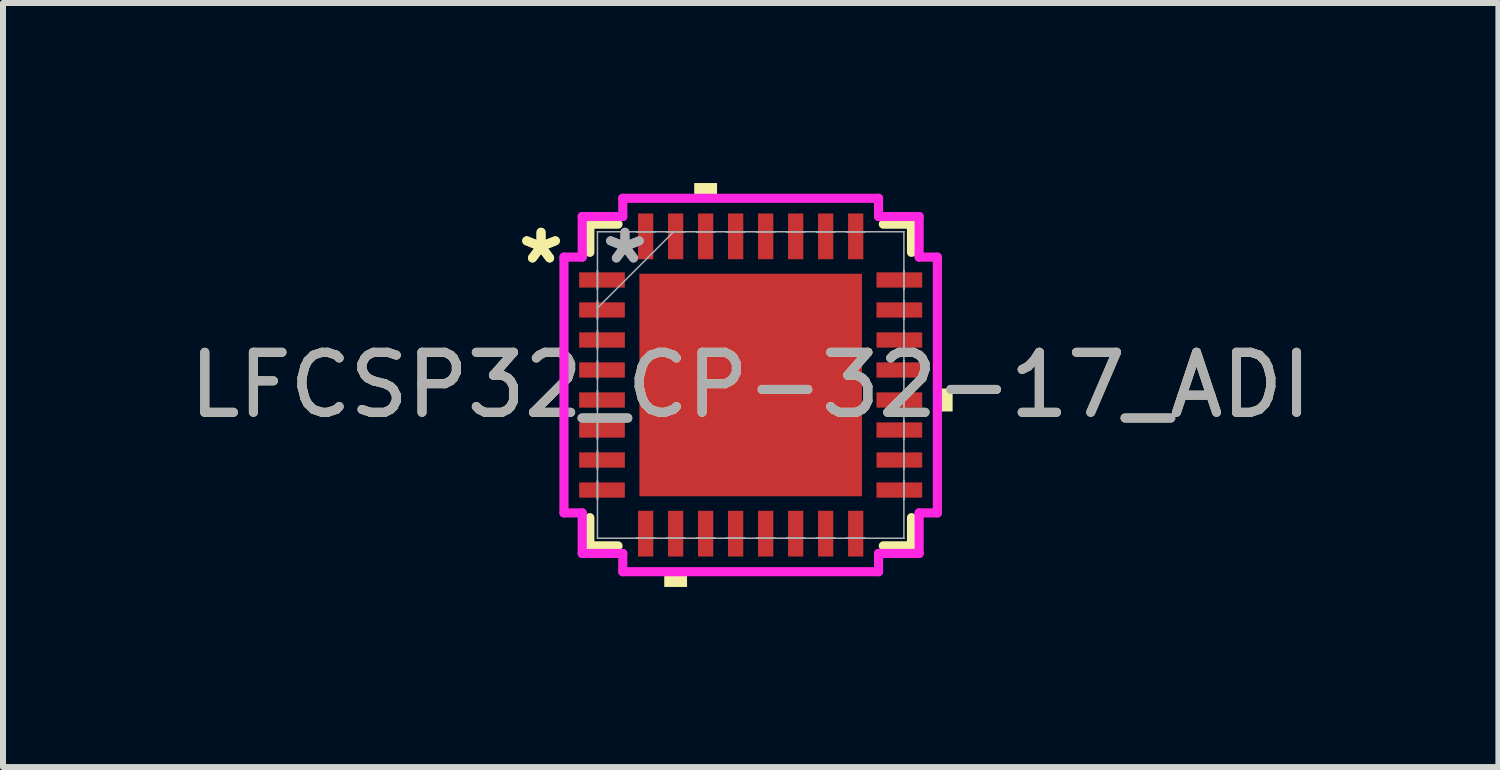
<source format=kicad_pcb>
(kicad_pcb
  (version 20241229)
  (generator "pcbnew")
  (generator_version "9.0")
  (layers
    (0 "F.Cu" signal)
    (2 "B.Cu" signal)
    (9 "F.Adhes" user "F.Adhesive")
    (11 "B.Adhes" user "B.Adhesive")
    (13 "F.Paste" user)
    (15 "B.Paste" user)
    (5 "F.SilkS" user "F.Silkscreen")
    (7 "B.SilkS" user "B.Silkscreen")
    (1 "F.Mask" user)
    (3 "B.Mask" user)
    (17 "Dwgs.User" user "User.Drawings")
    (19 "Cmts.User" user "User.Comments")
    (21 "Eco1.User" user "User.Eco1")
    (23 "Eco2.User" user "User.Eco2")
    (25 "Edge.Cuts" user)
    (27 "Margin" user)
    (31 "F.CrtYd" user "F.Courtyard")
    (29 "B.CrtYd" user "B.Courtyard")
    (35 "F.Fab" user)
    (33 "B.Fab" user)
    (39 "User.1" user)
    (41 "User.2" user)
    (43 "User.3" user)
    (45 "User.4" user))
  (footprint "LFCSP32_CP-32-17_ADI"
    (layer "F.Cu")
    (at 9.458 3.365)
    (property "Reference" "LFCSP32_CP-32-17_ADI" (at 0 0 0) (unlocked yes) (layer "F.SilkS") (effects (font (size 1 1) (thickness 0.15))))
    (attr smd)
    (fp_line (start -2.68 -2.68) (end -2.68 -2.21) (stroke (width 0.152) (type solid)) (layer "F.SilkS"))
    (fp_line (start -2.68 2.21) (end -2.68 2.68) (stroke (width 0.152) (type solid)) (layer "F.SilkS"))
    (fp_line (start -2.68 2.68) (end -2.21 2.68) (stroke (width 0.152) (type solid)) (layer "F.SilkS"))
    (fp_line (start -2.21 -2.68) (end -2.68 -2.68) (stroke (width 0.152) (type solid)) (layer "F.SilkS"))
    (fp_line (start 2.21 2.68) (end 2.68 2.68) (stroke (width 0.152) (type solid)) (layer "F.SilkS"))
    (fp_line (start 2.68 -2.68) (end 2.21 -2.68) (stroke (width 0.152) (type solid)) (layer "F.SilkS"))
    (fp_line (start 2.68 -2.21) (end 2.68 -2.68) (stroke (width 0.152) (type solid)) (layer "F.SilkS"))
    (fp_line (start 2.68 2.68) (end 2.68 2.21) (stroke (width 0.152) (type solid)) (layer "F.SilkS"))
    (fp_poly (pts (xy -1.44 3.111) (xy -1.44 3.365) (xy -1.06 3.365) (xy -1.06 3.111)) (stroke (width 0) (type solid)) (fill yes) (layer "F.SilkS"))
    (fp_poly (pts (xy -0.941 -3.111) (xy -0.941 -3.365) (xy -0.56 -3.365) (xy -0.56 -3.111)) (stroke (width 0) (type solid)) (fill yes) (layer "F.SilkS"))
    (fp_poly (pts (xy 3.365 0.059) (xy 3.365 0.441) (xy 3.111 0.441) (xy 3.111 0.059)) (stroke (width 0) (type solid)) (fill yes) (layer "F.SilkS"))
    (fp_poly (pts (xy -1.754 -1.754) (xy -1.754 -0.1) (xy -0.1 -0.1) (xy -0.1 -1.754)) (stroke (width 0) (type solid)) (fill yes) (layer "F.Paste"))
    (fp_poly (pts (xy -1.754 0.1) (xy -1.754 1.754) (xy -0.1 1.754) (xy -0.1 0.1)) (stroke (width 0) (type solid)) (fill yes) (layer "F.Paste"))
    (fp_poly (pts (xy 0.1 -1.754) (xy 0.1 -0.1) (xy 1.754 -0.1) (xy 1.754 -1.754)) (stroke (width 0) (type solid)) (fill yes) (layer "F.Paste"))
    (fp_poly (pts (xy 0.1 0.1) (xy 0.1 1.754) (xy 1.754 1.754) (xy 1.754 0.1)) (stroke (width 0) (type solid)) (fill yes) (layer "F.Paste"))
    (fp_line (start -3.111 -2.131) (end -2.807 -2.131) (stroke (width 0.152) (type solid)) (layer "F.CrtYd"))
    (fp_line (start -3.111 2.131) (end -3.111 -2.131) (stroke (width 0.152) (type solid)) (layer "F.CrtYd"))
    (fp_line (start -2.807 -2.807) (end -2.131 -2.807) (stroke (width 0.152) (type solid)) (layer "F.CrtYd"))
    (fp_line (start -2.807 -2.131) (end -2.807 -2.807) (stroke (width 0.152) (type solid)) (layer "F.CrtYd"))
    (fp_line (start -2.807 2.131) (end -3.111 2.131) (stroke (width 0.152) (type solid)) (layer "F.CrtYd"))
    (fp_line (start -2.807 2.807) (end -2.807 2.131) (stroke (width 0.152) (type solid)) (layer "F.CrtYd"))
    (fp_line (start -2.131 -3.111) (end 2.131 -3.111) (stroke (width 0.152) (type solid)) (layer "F.CrtYd"))
    (fp_line (start -2.131 -2.807) (end -2.131 -3.111) (stroke (width 0.152) (type solid)) (layer "F.CrtYd"))
    (fp_line (start -2.131 2.807) (end -2.807 2.807) (stroke (width 0.152) (type solid)) (layer "F.CrtYd"))
    (fp_line (start -2.131 3.111) (end -2.131 2.807) (stroke (width 0.152) (type solid)) (layer "F.CrtYd"))
    (fp_line (start 2.131 -3.111) (end 2.131 -2.807) (stroke (width 0.152) (type solid)) (layer "F.CrtYd"))
    (fp_line (start 2.131 -2.807) (end 2.807 -2.807) (stroke (width 0.152) (type solid)) (layer "F.CrtYd"))
    (fp_line (start 2.131 2.807) (end 2.131 3.111) (stroke (width 0.152) (type solid)) (layer "F.CrtYd"))
    (fp_line (start 2.131 3.111) (end -2.131 3.111) (stroke (width 0.152) (type solid)) (layer "F.CrtYd"))
    (fp_line (start 2.807 -2.807) (end 2.807 -2.131) (stroke (width 0.152) (type solid)) (layer "F.CrtYd"))
    (fp_line (start 2.807 -2.131) (end 3.111 -2.131) (stroke (width 0.152) (type solid)) (layer "F.CrtYd"))
    (fp_line (start 2.807 2.131) (end 2.807 2.807) (stroke (width 0.152) (type solid)) (layer "F.CrtYd"))
    (fp_line (start 2.807 2.807) (end 2.131 2.807) (stroke (width 0.152) (type solid)) (layer "F.CrtYd"))
    (fp_line (start 3.111 -2.131) (end 3.111 2.131) (stroke (width 0.152) (type solid)) (layer "F.CrtYd"))
    (fp_line (start 3.111 2.131) (end 2.807 2.131) (stroke (width 0.152) (type solid)) (layer "F.CrtYd"))
    (fp_line (start -2.553 -2.553) (end -2.553 -2.553) (stroke (width 0.025) (type solid)) (layer "F.Fab"))
    (fp_line (start -2.553 -2.553) (end -2.553 2.553) (stroke (width 0.025) (type solid)) (layer "F.Fab"))
    (fp_line (start -2.553 -1.902) (end -2.553 -1.902) (stroke (width 0.025) (type solid)) (layer "F.Fab"))
    (fp_line (start -2.553 -1.902) (end -2.553 -1.598) (stroke (width 0.025) (type solid)) (layer "F.Fab"))
    (fp_line (start -2.553 -1.598) (end -2.553 -1.902) (stroke (width 0.025) (type solid)) (layer "F.Fab"))
    (fp_line (start -2.553 -1.598) (end -2.553 -1.598) (stroke (width 0.025) (type solid)) (layer "F.Fab"))
    (fp_line (start -2.553 -1.402) (end -2.553 -1.402) (stroke (width 0.025) (type solid)) (layer "F.Fab"))
    (fp_line (start -2.553 -1.402) (end -2.553 -1.098) (stroke (width 0.025) (type solid)) (layer "F.Fab"))
    (fp_line (start -2.553 -1.283) (end -1.283 -2.553) (stroke (width 0.025) (type solid)) (layer "F.Fab"))
    (fp_line (start -2.553 -1.098) (end -2.553 -1.402) (stroke (width 0.025) (type solid)) (layer "F.Fab"))
    (fp_line (start -2.553 -1.098) (end -2.553 -1.098) (stroke (width 0.025) (type solid)) (layer "F.Fab"))
    (fp_line (start -2.553 -0.902) (end -2.553 -0.902) (stroke (width 0.025) (type solid)) (layer "F.Fab"))
    (fp_line (start -2.553 -0.902) (end -2.553 -0.598) (stroke (width 0.025) (type solid)) (layer "F.Fab"))
    (fp_line (start -2.553 -0.598) (end -2.553 -0.902) (stroke (width 0.025) (type solid)) (layer "F.Fab"))
    (fp_line (start -2.553 -0.598) (end -2.553 -0.598) (stroke (width 0.025) (type solid)) (layer "F.Fab"))
    (fp_line (start -2.553 -0.402) (end -2.553 -0.402) (stroke (width 0.025) (type solid)) (layer "F.Fab"))
    (fp_line (start -2.553 -0.402) (end -2.553 -0.098) (stroke (width 0.025) (type solid)) (layer "F.Fab"))
    (fp_line (start -2.553 -0.098) (end -2.553 -0.402) (stroke (width 0.025) (type solid)) (layer "F.Fab"))
    (fp_line (start -2.553 -0.098) (end -2.553 -0.098) (stroke (width 0.025) (type solid)) (layer "F.Fab"))
    (fp_line (start -2.553 0.098) (end -2.553 0.098) (stroke (width 0.025) (type solid)) (layer "F.Fab"))
    (fp_line (start -2.553 0.098) (end -2.553 0.402) (stroke (width 0.025) (type solid)) (layer "F.Fab"))
    (fp_line (start -2.553 0.402) (end -2.553 0.098) (stroke (width 0.025) (type solid)) (layer "F.Fab"))
    (fp_line (start -2.553 0.402) (end -2.553 0.402) (stroke (width 0.025) (type solid)) (layer "F.Fab"))
    (fp_line (start -2.553 0.598) (end -2.553 0.598) (stroke (width 0.025) (type solid)) (layer "F.Fab"))
    (fp_line (start -2.553 0.598) (end -2.553 0.902) (stroke (width 0.025) (type solid)) (layer "F.Fab"))
    (fp_line (start -2.553 0.902) (end -2.553 0.598) (stroke (width 0.025) (type solid)) (layer "F.Fab"))
    (fp_line (start -2.553 0.902) (end -2.553 0.902) (stroke (width 0.025) (type solid)) (layer "F.Fab"))
    (fp_line (start -2.553 1.098) (end -2.553 1.098) (stroke (width 0.025) (type solid)) (layer "F.Fab"))
    (fp_line (start -2.553 1.098) (end -2.553 1.402) (stroke (width 0.025) (type solid)) (layer "F.Fab"))
    (fp_line (start -2.553 1.402) (end -2.553 1.098) (stroke (width 0.025) (type solid)) (layer "F.Fab"))
    (fp_line (start -2.553 1.402) (end -2.553 1.402) (stroke (width 0.025) (type solid)) (layer "F.Fab"))
    (fp_line (start -2.553 1.598) (end -2.553 1.598) (stroke (width 0.025) (type solid)) (layer "F.Fab"))
    (fp_line (start -2.553 1.598) (end -2.553 1.902) (stroke (width 0.025) (type solid)) (layer "F.Fab"))
    (fp_line (start -2.553 1.902) (end -2.553 1.598) (stroke (width 0.025) (type solid)) (layer "F.Fab"))
    (fp_line (start -2.553 1.902) (end -2.553 1.902) (stroke (width 0.025) (type solid)) (layer "F.Fab"))
    (fp_line (start -2.553 2.553) (end -2.553 2.553) (stroke (width 0.025) (type solid)) (layer "F.Fab"))
    (fp_line (start -2.553 2.553) (end 2.553 2.553) (stroke (width 0.025) (type solid)) (layer "F.Fab"))
    (fp_line (start -1.902 -2.553) (end -1.902 -2.553) (stroke (width 0.025) (type solid)) (layer "F.Fab"))
    (fp_line (start -1.902 -2.553) (end -1.598 -2.553) (stroke (width 0.025) (type solid)) (layer "F.Fab"))
    (fp_line (start -1.902 2.553) (end -1.902 2.553) (stroke (width 0.025) (type solid)) (layer "F.Fab"))
    (fp_line (start -1.902 2.553) (end -1.598 2.553) (stroke (width 0.025) (type solid)) (layer "F.Fab"))
    (fp_line (start -1.598 -2.553) (end -1.902 -2.553) (stroke (width 0.025) (type solid)) (layer "F.Fab"))
    (fp_line (start -1.598 -2.553) (end -1.598 -2.553) (stroke (width 0.025) (type solid)) (layer "F.Fab"))
    (fp_line (start -1.598 2.553) (end -1.902 2.553) (stroke (width 0.025) (type solid)) (layer "F.Fab"))
    (fp_line (start -1.598 2.553) (end -1.598 2.553) (stroke (width 0.025) (type solid)) (layer "F.Fab"))
    (fp_line (start -1.402 -2.553) (end -1.402 -2.553) (stroke (width 0.025) (type solid)) (layer "F.Fab"))
    (fp_line (start -1.402 -2.553) (end -1.098 -2.553) (stroke (width 0.025) (type solid)) (layer "F.Fab"))
    (fp_line (start -1.402 2.553) (end -1.402 2.553) (stroke (width 0.025) (type solid)) (layer "F.Fab"))
    (fp_line (start -1.402 2.553) (end -1.098 2.553) (stroke (width 0.025) (type solid)) (layer "F.Fab"))
    (fp_line (start -1.098 -2.553) (end -1.402 -2.553) (stroke (width 0.025) (type solid)) (layer "F.Fab"))
    (fp_line (start -1.098 -2.553) (end -1.098 -2.553) (stroke (width 0.025) (type solid)) (layer "F.Fab"))
    (fp_line (start -1.098 2.553) (end -1.402 2.553) (stroke (width 0.025) (type solid)) (layer "F.Fab"))
    (fp_line (start -1.098 2.553) (end -1.098 2.553) (stroke (width 0.025) (type solid)) (layer "F.Fab"))
    (fp_line (start -0.902 -2.553) (end -0.902 -2.553) (stroke (width 0.025) (type solid)) (layer "F.Fab"))
    (fp_line (start -0.902 -2.553) (end -0.598 -2.553) (stroke (width 0.025) (type solid)) (layer "F.Fab"))
    (fp_line (start -0.902 2.553) (end -0.902 2.553) (stroke (width 0.025) (type solid)) (layer "F.Fab"))
    (fp_line (start -0.902 2.553) (end -0.598 2.553) (stroke (width 0.025) (type solid)) (layer "F.Fab"))
    (fp_line (start -0.598 -2.553) (end -0.902 -2.553) (stroke (width 0.025) (type solid)) (layer "F.Fab"))
    (fp_line (start -0.598 -2.553) (end -0.598 -2.553) (stroke (width 0.025) (type solid)) (layer "F.Fab"))
    (fp_line (start -0.598 2.553) (end -0.902 2.553) (stroke (width 0.025) (type solid)) (layer "F.Fab"))
    (fp_line (start -0.598 2.553) (end -0.598 2.553) (stroke (width 0.025) (type solid)) (layer "F.Fab"))
    (fp_line (start -0.402 -2.553) (end -0.402 -2.553) (stroke (width 0.025) (type solid)) (layer "F.Fab"))
    (fp_line (start -0.402 -2.553) (end -0.098 -2.553) (stroke (width 0.025) (type solid)) (layer "F.Fab"))
    (fp_line (start -0.402 2.553) (end -0.402 2.553) (stroke (width 0.025) (type solid)) (layer "F.Fab"))
    (fp_line (start -0.402 2.553) (end -0.098 2.553) (stroke (width 0.025) (type solid)) (layer "F.Fab"))
    (fp_line (start -0.098 -2.553) (end -0.402 -2.553) (stroke (width 0.025) (type solid)) (layer "F.Fab"))
    (fp_line (start -0.098 -2.553) (end -0.098 -2.553) (stroke (width 0.025) (type solid)) (layer "F.Fab"))
    (fp_line (start -0.098 2.553) (end -0.402 2.553) (stroke (width 0.025) (type solid)) (layer "F.Fab"))
    (fp_line (start -0.098 2.553) (end -0.098 2.553) (stroke (width 0.025) (type solid)) (layer "F.Fab"))
    (fp_line (start 0.098 -2.553) (end 0.098 -2.553) (stroke (width 0.025) (type solid)) (layer "F.Fab"))
    (fp_line (start 0.098 -2.553) (end 0.402 -2.553) (stroke (width 0.025) (type solid)) (layer "F.Fab"))
    (fp_line (start 0.098 2.553) (end 0.098 2.553) (stroke (width 0.025) (type solid)) (layer "F.Fab"))
    (fp_line (start 0.098 2.553) (end 0.402 2.553) (stroke (width 0.025) (type solid)) (layer "F.Fab"))
    (fp_line (start 0.402 -2.553) (end 0.098 -2.553) (stroke (width 0.025) (type solid)) (layer "F.Fab"))
    (fp_line (start 0.402 -2.553) (end 0.402 -2.553) (stroke (width 0.025) (type solid)) (layer "F.Fab"))
    (fp_line (start 0.402 2.553) (end 0.098 2.553) (stroke (width 0.025) (type solid)) (layer "F.Fab"))
    (fp_line (start 0.402 2.553) (end 0.402 2.553) (stroke (width 0.025) (type solid)) (layer "F.Fab"))
    (fp_line (start 0.598 -2.553) (end 0.598 -2.553) (stroke (width 0.025) (type solid)) (layer "F.Fab"))
    (fp_line (start 0.598 -2.553) (end 0.902 -2.553) (stroke (width 0.025) (type solid)) (layer "F.Fab"))
    (fp_line (start 0.598 2.553) (end 0.598 2.553) (stroke (width 0.025) (type solid)) (layer "F.Fab"))
    (fp_line (start 0.598 2.553) (end 0.902 2.553) (stroke (width 0.025) (type solid)) (layer "F.Fab"))
    (fp_line (start 0.902 -2.553) (end 0.598 -2.553) (stroke (width 0.025) (type solid)) (layer "F.Fab"))
    (fp_line (start 0.902 -2.553) (end 0.902 -2.553) (stroke (width 0.025) (type solid)) (layer "F.Fab"))
    (fp_line (start 0.902 2.553) (end 0.598 2.553) (stroke (width 0.025) (type solid)) (layer "F.Fab"))
    (fp_line (start 0.902 2.553) (end 0.902 2.553) (stroke (width 0.025) (type solid)) (layer "F.Fab"))
    (fp_line (start 1.098 -2.553) (end 1.098 -2.553) (stroke (width 0.025) (type solid)) (layer "F.Fab"))
    (fp_line (start 1.098 -2.553) (end 1.402 -2.553) (stroke (width 0.025) (type solid)) (layer "F.Fab"))
    (fp_line (start 1.098 2.553) (end 1.098 2.553) (stroke (width 0.025) (type solid)) (layer "F.Fab"))
    (fp_line (start 1.098 2.553) (end 1.402 2.553) (stroke (width 0.025) (type solid)) (layer "F.Fab"))
    (fp_line (start 1.402 -2.553) (end 1.098 -2.553) (stroke (width 0.025) (type solid)) (layer "F.Fab"))
    (fp_line (start 1.402 -2.553) (end 1.402 -2.553) (stroke (width 0.025) (type solid)) (layer "F.Fab"))
    (fp_line (start 1.402 2.553) (end 1.098 2.553) (stroke (width 0.025) (type solid)) (layer "F.Fab"))
    (fp_line (start 1.402 2.553) (end 1.402 2.553) (stroke (width 0.025) (type solid)) (layer "F.Fab"))
    (fp_line (start 1.598 -2.553) (end 1.598 -2.553) (stroke (width 0.025) (type solid)) (layer "F.Fab"))
    (fp_line (start 1.598 -2.553) (end 1.902 -2.553) (stroke (width 0.025) (type solid)) (layer "F.Fab"))
    (fp_line (start 1.598 2.553) (end 1.598 2.553) (stroke (width 0.025) (type solid)) (layer "F.Fab"))
    (fp_line (start 1.598 2.553) (end 1.902 2.553) (stroke (width 0.025) (type solid)) (layer "F.Fab"))
    (fp_line (start 1.902 -2.553) (end 1.598 -2.553) (stroke (width 0.025) (type solid)) (layer "F.Fab"))
    (fp_line (start 1.902 -2.553) (end 1.902 -2.553) (stroke (width 0.025) (type solid)) (layer "F.Fab"))
    (fp_line (start 1.902 2.553) (end 1.598 2.553) (stroke (width 0.025) (type solid)) (layer "F.Fab"))
    (fp_line (start 1.902 2.553) (end 1.902 2.553) (stroke (width 0.025) (type solid)) (layer "F.Fab"))
    (fp_line (start 2.553 -2.553) (end -2.553 -2.553) (stroke (width 0.025) (type solid)) (layer "F.Fab"))
    (fp_line (start 2.553 -2.553) (end 2.553 -2.553) (stroke (width 0.025) (type solid)) (layer "F.Fab"))
    (fp_line (start 2.553 -1.902) (end 2.553 -1.902) (stroke (width 0.025) (type solid)) (layer "F.Fab"))
    (fp_line (start 2.553 -1.902) (end 2.553 -1.598) (stroke (width 0.025) (type solid)) (layer "F.Fab"))
    (fp_line (start 2.553 -1.598) (end 2.553 -1.902) (stroke (width 0.025) (type solid)) (layer "F.Fab"))
    (fp_line (start 2.553 -1.598) (end 2.553 -1.598) (stroke (width 0.025) (type solid)) (layer "F.Fab"))
    (fp_line (start 2.553 -1.402) (end 2.553 -1.402) (stroke (width 0.025) (type solid)) (layer "F.Fab"))
    (fp_line (start 2.553 -1.402) (end 2.553 -1.098) (stroke (width 0.025) (type solid)) (layer "F.Fab"))
    (fp_line (start 2.553 -1.098) (end 2.553 -1.402) (stroke (width 0.025) (type solid)) (layer "F.Fab"))
    (fp_line (start 2.553 -1.098) (end 2.553 -1.098) (stroke (width 0.025) (type solid)) (layer "F.Fab"))
    (fp_line (start 2.553 -0.902) (end 2.553 -0.902) (stroke (width 0.025) (type solid)) (layer "F.Fab"))
    (fp_line (start 2.553 -0.902) (end 2.553 -0.598) (stroke (width 0.025) (type solid)) (layer "F.Fab"))
    (fp_line (start 2.553 -0.598) (end 2.553 -0.902) (stroke (width 0.025) (type solid)) (layer "F.Fab"))
    (fp_line (start 2.553 -0.598) (end 2.553 -0.598) (stroke (width 0.025) (type solid)) (layer "F.Fab"))
    (fp_line (start 2.553 -0.402) (end 2.553 -0.402) (stroke (width 0.025) (type solid)) (layer "F.Fab"))
    (fp_line (start 2.553 -0.402) (end 2.553 -0.098) (stroke (width 0.025) (type solid)) (layer "F.Fab"))
    (fp_line (start 2.553 -0.098) (end 2.553 -0.402) (stroke (width 0.025) (type solid)) (layer "F.Fab"))
    (fp_line (start 2.553 -0.098) (end 2.553 -0.098) (stroke (width 0.025) (type solid)) (layer "F.Fab"))
    (fp_line (start 2.553 0.098) (end 2.553 0.098) (stroke (width 0.025) (type solid)) (layer "F.Fab"))
    (fp_line (start 2.553 0.098) (end 2.553 0.402) (stroke (width 0.025) (type solid)) (layer "F.Fab"))
    (fp_line (start 2.553 0.402) (end 2.553 0.098) (stroke (width 0.025) (type solid)) (layer "F.Fab"))
    (fp_line (start 2.553 0.402) (end 2.553 0.402) (stroke (width 0.025) (type solid)) (layer "F.Fab"))
    (fp_line (start 2.553 0.598) (end 2.553 0.598) (stroke (width 0.025) (type solid)) (layer "F.Fab"))
    (fp_line (start 2.553 0.598) (end 2.553 0.902) (stroke (width 0.025) (type solid)) (layer "F.Fab"))
    (fp_line (start 2.553 0.902) (end 2.553 0.598) (stroke (width 0.025) (type solid)) (layer "F.Fab"))
    (fp_line (start 2.553 0.902) (end 2.553 0.902) (stroke (width 0.025) (type solid)) (layer "F.Fab"))
    (fp_line (start 2.553 1.098) (end 2.553 1.098) (stroke (width 0.025) (type solid)) (layer "F.Fab"))
    (fp_line (start 2.553 1.098) (end 2.553 1.402) (stroke (width 0.025) (type solid)) (layer "F.Fab"))
    (fp_line (start 2.553 1.402) (end 2.553 1.098) (stroke (width 0.025) (type solid)) (layer "F.Fab"))
    (fp_line (start 2.553 1.402) (end 2.553 1.402) (stroke (width 0.025) (type solid)) (layer "F.Fab"))
    (fp_line (start 2.553 1.598) (end 2.553 1.598) (stroke (width 0.025) (type solid)) (layer "F.Fab"))
    (fp_line (start 2.553 1.598) (end 2.553 1.902) (stroke (width 0.025) (type solid)) (layer "F.Fab"))
    (fp_line (start 2.553 1.902) (end 2.553 1.598) (stroke (width 0.025) (type solid)) (layer "F.Fab"))
    (fp_line (start 2.553 1.902) (end 2.553 1.902) (stroke (width 0.025) (type solid)) (layer "F.Fab"))
    (fp_line (start 2.553 2.553) (end 2.553 -2.553) (stroke (width 0.025) (type solid)) (layer "F.Fab"))
    (fp_line (start 2.553 2.553) (end 2.553 2.553) (stroke (width 0.025) (type solid)) (layer "F.Fab"))
    (fp_text user "*" (at -3.493 -2 0) (unlocked yes) (layer "F.SilkS") (effects (font (size 1 1) (thickness 0.15))))
    (fp_text user "*" (at -3.493 -2 0) (layer "F.SilkS") (effects (font (size 1 1) (thickness 0.15))))
    (fp_text user "${REFERENCE}" (at 0 0 0) (unlocked yes) (layer "F.Fab") (effects (font (size 1 1) (thickness 0.15))))
    (fp_text user "*" (at -2.095 -2 0) (unlocked yes) (layer "F.Fab") (effects (font (size 1 1) (thickness 0.15))))
    (fp_text user "*" (at -2.095 -2 0) (layer "F.Fab") (effects (font (size 1 1) (thickness 0.15))))
    (pad "1" smd rect (at -2.477 -1.75 90) (size 0.254 0.762) (layers "F.Cu" "F.Mask" "F.Paste"))
    (pad "2" smd rect (at -2.477 -1.25 90) (size 0.254 0.762) (layers "F.Cu" "F.Mask" "F.Paste"))
    (pad "3" smd rect (at -2.477 -0.75 90) (size 0.254 0.762) (layers "F.Cu" "F.Mask" "F.Paste"))
    (pad "4" smd rect (at -2.477 -0.25 90) (size 0.254 0.762) (layers "F.Cu" "F.Mask" "F.Paste"))
    (pad "5" smd rect (at -2.477 0.25 90) (size 0.254 0.762) (layers "F.Cu" "F.Mask" "F.Paste"))
    (pad "6" smd rect (at -2.477 0.75 90) (size 0.254 0.762) (layers "F.Cu" "F.Mask" "F.Paste"))
    (pad "7" smd rect (at -2.477 1.25 90) (size 0.254 0.762) (layers "F.Cu" "F.Mask" "F.Paste"))
    (pad "8" smd rect (at -2.477 1.75 90) (size 0.254 0.762) (layers "F.Cu" "F.Mask" "F.Paste"))
    (pad "9" smd rect (at -1.75 2.477) (size 0.254 0.762) (layers "F.Cu" "F.Mask" "F.Paste"))
    (pad "10" smd rect (at -1.25 2.477) (size 0.254 0.762) (layers "F.Cu" "F.Mask" "F.Paste"))
    (pad "11" smd rect (at -0.75 2.477) (size 0.254 0.762) (layers "F.Cu" "F.Mask" "F.Paste"))
    (pad "12" smd rect (at -0.25 2.477) (size 0.254 0.762) (layers "F.Cu" "F.Mask" "F.Paste"))
    (pad "13" smd rect (at 0.25 2.477) (size 0.254 0.762) (layers "F.Cu" "F.Mask" "F.Paste"))
    (pad "14" smd rect (at 0.75 2.477) (size 0.254 0.762) (layers "F.Cu" "F.Mask" "F.Paste"))
    (pad "15" smd rect (at 1.25 2.477) (size 0.254 0.762) (layers "F.Cu" "F.Mask" "F.Paste"))
    (pad "16" smd rect (at 1.75 2.477) (size 0.254 0.762) (layers "F.Cu" "F.Mask" "F.Paste"))
    (pad "17" smd rect (at 2.477 1.75 90) (size 0.254 0.762) (layers "F.Cu" "F.Mask" "F.Paste"))
    (pad "18" smd rect (at 2.477 1.25 90) (size 0.254 0.762) (layers "F.Cu" "F.Mask" "F.Paste"))
    (pad "19" smd rect (at 2.477 0.75 90) (size 0.254 0.762) (layers "F.Cu" "F.Mask" "F.Paste"))
    (pad "20" smd rect (at 2.477 0.25 90) (size 0.254 0.762) (layers "F.Cu" "F.Mask" "F.Paste"))
    (pad "21" smd rect (at 2.477 -0.25 90) (size 0.254 0.762) (layers "F.Cu" "F.Mask" "F.Paste"))
    (pad "22" smd rect (at 2.477 -0.75 90) (size 0.254 0.762) (layers "F.Cu" "F.Mask" "F.Paste"))
    (pad "23" smd rect (at 2.477 -1.25 90) (size 0.254 0.762) (layers "F.Cu" "F.Mask" "F.Paste"))
    (pad "24" smd rect (at 2.477 -1.75 90) (size 0.254 0.762) (layers "F.Cu" "F.Mask" "F.Paste"))
    (pad "25" smd rect (at 1.75 -2.477) (size 0.254 0.762) (layers "F.Cu" "F.Mask" "F.Paste"))
    (pad "26" smd rect (at 1.25 -2.477) (size 0.254 0.762) (layers "F.Cu" "F.Mask" "F.Paste"))
    (pad "27" smd rect (at 0.75 -2.477) (size 0.254 0.762) (layers "F.Cu" "F.Mask" "F.Paste"))
    (pad "28" smd rect (at 0.25 -2.477) (size 0.254 0.762) (layers "F.Cu" "F.Mask" "F.Paste"))
    (pad "29" smd rect (at -0.25 -2.477) (size 0.254 0.762) (layers "F.Cu" "F.Mask" "F.Paste"))
    (pad "30" smd rect (at -0.75 -2.477) (size 0.254 0.762) (layers "F.Cu" "F.Mask" "F.Paste"))
    (pad "31" smd rect (at -1.25 -2.477) (size 0.254 0.762) (layers "F.Cu" "F.Mask" "F.Paste"))
    (pad "32" smd rect (at -1.75 -2.477) (size 0.254 0.762) (layers "F.Cu" "F.Mask" "F.Paste"))
    (pad "33" smd rect (at 0 0) (size 3.708 3.708) (layers "F.Cu" "F.Mask" "F.Paste")))
  (gr_rect
    (start -3 -3)
    (end 21.917 9.731)
    (stroke (width 0.1) (type default))
    (fill no)
    (layer "Edge.Cuts")))
</source>
